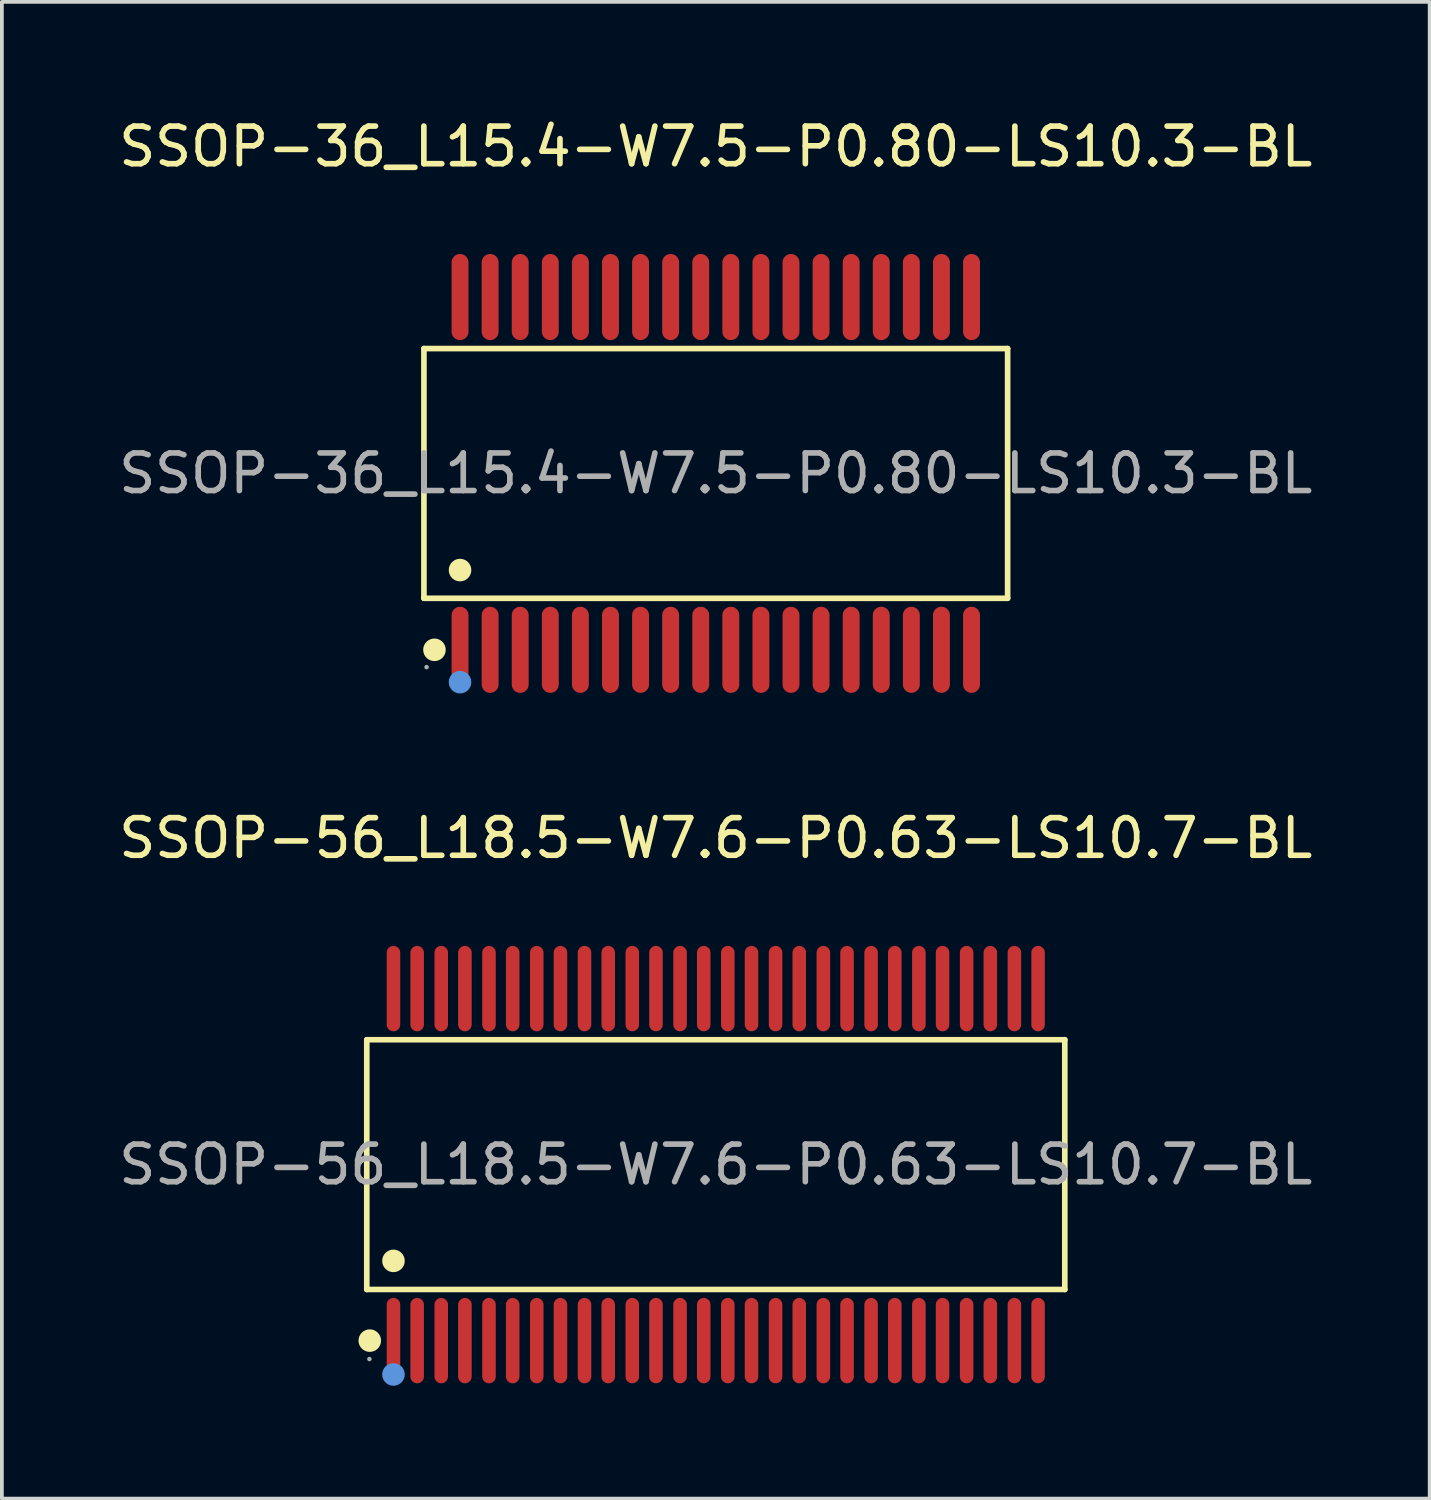
<source format=kicad_pcb>
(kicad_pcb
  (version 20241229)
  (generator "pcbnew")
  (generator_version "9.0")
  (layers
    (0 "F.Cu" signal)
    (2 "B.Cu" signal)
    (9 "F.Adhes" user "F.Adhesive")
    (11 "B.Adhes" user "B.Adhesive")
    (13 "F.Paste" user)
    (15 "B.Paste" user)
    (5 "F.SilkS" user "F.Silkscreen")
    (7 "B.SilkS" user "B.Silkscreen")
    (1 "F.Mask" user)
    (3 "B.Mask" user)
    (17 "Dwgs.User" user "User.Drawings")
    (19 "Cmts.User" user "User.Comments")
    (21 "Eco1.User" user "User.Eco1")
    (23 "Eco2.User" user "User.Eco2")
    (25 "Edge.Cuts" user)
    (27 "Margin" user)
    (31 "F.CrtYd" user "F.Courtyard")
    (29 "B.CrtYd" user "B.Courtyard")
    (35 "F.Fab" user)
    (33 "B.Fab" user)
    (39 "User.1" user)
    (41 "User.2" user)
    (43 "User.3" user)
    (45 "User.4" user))
  (footprint "SSOP-56_L18.5-W7.6-P0.63-LS10.7-BL"
    (layer "F.Cu")
    (at 15.982 27.916)
    (property "Reference" "SSOP-56_L18.5-W7.6-P0.63-LS10.7-BL" (at 0 -8.68 0) (layer "F.SilkS") (effects (font (size 1 1) (thickness 0.15))))
    (attr through_hole)
    (fp_line (start -9.28 -3.32) (end 9.28 -3.32) (stroke (width 0.15) (type solid)) (layer "F.SilkS"))
    (fp_line (start -9.28 3.32) (end -9.28 -3.32) (stroke (width 0.15) (type solid)) (layer "F.SilkS"))
    (fp_line (start 9.28 -3.32) (end 9.28 3.32) (stroke (width 0.15) (type solid)) (layer "F.SilkS"))
    (fp_line (start 9.28 3.32) (end -9.28 3.32) (stroke (width 0.15) (type solid)) (layer "F.SilkS"))
    (fp_circle (center -9.2 4.68) (end -9.05 4.68) (stroke (width 0.3) (type solid)) (fill no) (layer "F.SilkS"))
    (fp_circle (center -8.57 2.56) (end -8.42 2.56) (stroke (width 0.3) (type solid)) (fill no) (layer "F.SilkS"))
    (fp_circle (center -8.57 5.58) (end -8.42 5.58) (stroke (width 0.3) (type solid)) (fill no) (layer "Cmts.User"))
    (fp_circle (center -9.21 5.17) (end -9.18 5.17) (stroke (width 0.06) (type solid)) (fill no) (layer "F.Fab"))
    (fp_text user "${REFERENCE}" (at 0 0 0) (layer "F.Fab") (effects (font (size 1 1) (thickness 0.15))))
    (pad "1" smd oval (at -8.57 4.68) (size 0.36 2.27) (layers "F.Cu" "F.Mask" "F.Paste"))
    (pad "2" smd oval (at -7.94 4.68) (size 0.36 2.27) (layers "F.Cu" "F.Mask" "F.Paste"))
    (pad "3" smd oval (at -7.3 4.68) (size 0.36 2.27) (layers "F.Cu" "F.Mask" "F.Paste"))
    (pad "4" smd oval (at -6.67 4.68) (size 0.36 2.27) (layers "F.Cu" "F.Mask" "F.Paste"))
    (pad "5" smd oval (at -6.03 4.68) (size 0.36 2.27) (layers "F.Cu" "F.Mask" "F.Paste"))
    (pad "6" smd oval (at -5.4 4.68) (size 0.36 2.27) (layers "F.Cu" "F.Mask" "F.Paste"))
    (pad "7" smd oval (at -4.76 4.68) (size 0.36 2.27) (layers "F.Cu" "F.Mask" "F.Paste"))
    (pad "8" smd oval (at -4.13 4.68) (size 0.36 2.27) (layers "F.Cu" "F.Mask" "F.Paste"))
    (pad "9" smd oval (at -3.49 4.68) (size 0.36 2.27) (layers "F.Cu" "F.Mask" "F.Paste"))
    (pad "10" smd oval (at -2.86 4.68) (size 0.36 2.27) (layers "F.Cu" "F.Mask" "F.Paste"))
    (pad "11" smd oval (at -2.22 4.68) (size 0.36 2.27) (layers "F.Cu" "F.Mask" "F.Paste"))
    (pad "12" smd oval (at -1.59 4.68) (size 0.36 2.27) (layers "F.Cu" "F.Mask" "F.Paste"))
    (pad "13" smd oval (at -0.95 4.68) (size 0.36 2.27) (layers "F.Cu" "F.Mask" "F.Paste"))
    (pad "14" smd oval (at -0.32 4.68) (size 0.36 2.27) (layers "F.Cu" "F.Mask" "F.Paste"))
    (pad "15" smd oval (at 0.32 4.68) (size 0.36 2.27) (layers "F.Cu" "F.Mask" "F.Paste"))
    (pad "16" smd oval (at 0.95 4.68) (size 0.36 2.27) (layers "F.Cu" "F.Mask" "F.Paste"))
    (pad "17" smd oval (at 1.59 4.68) (size 0.36 2.27) (layers "F.Cu" "F.Mask" "F.Paste"))
    (pad "18" smd oval (at 2.22 4.68) (size 0.36 2.27) (layers "F.Cu" "F.Mask" "F.Paste"))
    (pad "19" smd oval (at 2.86 4.68) (size 0.36 2.27) (layers "F.Cu" "F.Mask" "F.Paste"))
    (pad "20" smd oval (at 3.49 4.68) (size 0.36 2.27) (layers "F.Cu" "F.Mask" "F.Paste"))
    (pad "21" smd oval (at 4.13 4.68) (size 0.36 2.27) (layers "F.Cu" "F.Mask" "F.Paste"))
    (pad "22" smd oval (at 4.76 4.68) (size 0.36 2.27) (layers "F.Cu" "F.Mask" "F.Paste"))
    (pad "23" smd oval (at 5.4 4.68) (size 0.36 2.27) (layers "F.Cu" "F.Mask" "F.Paste"))
    (pad "24" smd oval (at 6.03 4.68) (size 0.36 2.27) (layers "F.Cu" "F.Mask" "F.Paste"))
    (pad "25" smd oval (at 6.67 4.68) (size 0.36 2.27) (layers "F.Cu" "F.Mask" "F.Paste"))
    (pad "26" smd oval (at 7.3 4.68) (size 0.36 2.27) (layers "F.Cu" "F.Mask" "F.Paste"))
    (pad "27" smd oval (at 7.94 4.68) (size 0.36 2.27) (layers "F.Cu" "F.Mask" "F.Paste"))
    (pad "28" smd oval (at 8.57 4.68) (size 0.36 2.27) (layers "F.Cu" "F.Mask" "F.Paste"))
    (pad "29" smd oval (at 8.57 -4.68) (size 0.36 2.27) (layers "F.Cu" "F.Mask" "F.Paste"))
    (pad "30" smd oval (at 7.94 -4.68) (size 0.36 2.27) (layers "F.Cu" "F.Mask" "F.Paste"))
    (pad "31" smd oval (at 7.3 -4.68) (size 0.36 2.27) (layers "F.Cu" "F.Mask" "F.Paste"))
    (pad "32" smd oval (at 6.67 -4.68) (size 0.36 2.27) (layers "F.Cu" "F.Mask" "F.Paste"))
    (pad "33" smd oval (at 6.03 -4.68) (size 0.36 2.27) (layers "F.Cu" "F.Mask" "F.Paste"))
    (pad "34" smd oval (at 5.4 -4.68) (size 0.36 2.27) (layers "F.Cu" "F.Mask" "F.Paste"))
    (pad "35" smd oval (at 4.76 -4.68) (size 0.36 2.27) (layers "F.Cu" "F.Mask" "F.Paste"))
    (pad "36" smd oval (at 4.13 -4.68) (size 0.36 2.27) (layers "F.Cu" "F.Mask" "F.Paste"))
    (pad "37" smd oval (at 3.49 -4.68) (size 0.36 2.27) (layers "F.Cu" "F.Mask" "F.Paste"))
    (pad "38" smd oval (at 2.86 -4.68) (size 0.36 2.27) (layers "F.Cu" "F.Mask" "F.Paste"))
    (pad "39" smd oval (at 2.22 -4.68) (size 0.36 2.27) (layers "F.Cu" "F.Mask" "F.Paste"))
    (pad "40" smd oval (at 1.59 -4.68) (size 0.36 2.27) (layers "F.Cu" "F.Mask" "F.Paste"))
    (pad "41" smd oval (at 0.95 -4.68) (size 0.36 2.27) (layers "F.Cu" "F.Mask" "F.Paste"))
    (pad "42" smd oval (at 0.32 -4.68) (size 0.36 2.27) (layers "F.Cu" "F.Mask" "F.Paste"))
    (pad "43" smd oval (at -0.32 -4.68) (size 0.36 2.27) (layers "F.Cu" "F.Mask" "F.Paste"))
    (pad "44" smd oval (at -0.95 -4.68) (size 0.36 2.27) (layers "F.Cu" "F.Mask" "F.Paste"))
    (pad "45" smd oval (at -1.59 -4.68) (size 0.36 2.27) (layers "F.Cu" "F.Mask" "F.Paste"))
    (pad "46" smd oval (at -2.22 -4.68) (size 0.36 2.27) (layers "F.Cu" "F.Mask" "F.Paste"))
    (pad "47" smd oval (at -2.86 -4.68) (size 0.36 2.27) (layers "F.Cu" "F.Mask" "F.Paste"))
    (pad "48" smd oval (at -3.49 -4.68) (size 0.36 2.27) (layers "F.Cu" "F.Mask" "F.Paste"))
    (pad "49" smd oval (at -4.13 -4.68) (size 0.36 2.27) (layers "F.Cu" "F.Mask" "F.Paste"))
    (pad "50" smd oval (at -4.76 -4.68) (size 0.36 2.27) (layers "F.Cu" "F.Mask" "F.Paste"))
    (pad "51" smd oval (at -5.4 -4.68) (size 0.36 2.27) (layers "F.Cu" "F.Mask" "F.Paste"))
    (pad "52" smd oval (at -6.03 -4.68) (size 0.36 2.27) (layers "F.Cu" "F.Mask" "F.Paste"))
    (pad "53" smd oval (at -6.67 -4.68) (size 0.36 2.27) (layers "F.Cu" "F.Mask" "F.Paste"))
    (pad "54" smd oval (at -7.3 -4.68) (size 0.36 2.27) (layers "F.Cu" "F.Mask" "F.Paste"))
    (pad "55" smd oval (at -7.94 -4.68) (size 0.36 2.27) (layers "F.Cu" "F.Mask" "F.Paste"))
    (pad "56" smd oval (at -8.57 -4.68) (size 0.36 2.27) (layers "F.Cu" "F.Mask" "F.Paste")))
  (footprint "SSOP-36_L15.4-W7.5-P0.80-LS10.3-BL"
    (layer "F.Cu")
    (at 15.982 9.538)
    (property "Reference" "SSOP-36_L15.4-W7.5-P0.80-LS10.3-BL" (at 0 -8.69 0) (layer "F.SilkS") (effects (font (size 1 1) (thickness 0.15))))
    (attr through_hole)
    (fp_line (start -7.76 -3.32) (end 7.76 -3.32) (stroke (width 0.15) (type solid)) (layer "F.SilkS"))
    (fp_line (start -7.76 3.32) (end -7.76 -3.32) (stroke (width 0.15) (type solid)) (layer "F.SilkS"))
    (fp_line (start 7.76 -3.32) (end 7.76 3.32) (stroke (width 0.15) (type solid)) (layer "F.SilkS"))
    (fp_line (start 7.76 3.32) (end -7.76 3.32) (stroke (width 0.15) (type solid)) (layer "F.SilkS"))
    (fp_circle (center -7.48 4.69) (end -7.33 4.69) (stroke (width 0.3) (type solid)) (fill no) (layer "F.SilkS"))
    (fp_circle (center -6.8 2.57) (end -6.65 2.57) (stroke (width 0.3) (type solid)) (fill no) (layer "F.SilkS"))
    (fp_circle (center -6.8 5.55) (end -6.65 5.55) (stroke (width 0.3) (type solid)) (fill no) (layer "Cmts.User"))
    (fp_circle (center -7.69 5.15) (end -7.66 5.15) (stroke (width 0.06) (type solid)) (fill no) (layer "F.Fab"))
    (fp_text user "${REFERENCE}" (at 0 0 0) (layer "F.Fab") (effects (font (size 1 1) (thickness 0.15))))
    (pad "1" smd oval (at -6.8 4.69) (size 0.45 2.29) (layers "F.Cu" "F.Mask" "F.Paste"))
    (pad "2" smd oval (at -6 4.69) (size 0.45 2.29) (layers "F.Cu" "F.Mask" "F.Paste"))
    (pad "3" smd oval (at -5.2 4.69) (size 0.45 2.29) (layers "F.Cu" "F.Mask" "F.Paste"))
    (pad "4" smd oval (at -4.4 4.69) (size 0.45 2.29) (layers "F.Cu" "F.Mask" "F.Paste"))
    (pad "5" smd oval (at -3.6 4.69) (size 0.45 2.29) (layers "F.Cu" "F.Mask" "F.Paste"))
    (pad "6" smd oval (at -2.8 4.69) (size 0.45 2.29) (layers "F.Cu" "F.Mask" "F.Paste"))
    (pad "7" smd oval (at -2 4.69) (size 0.45 2.29) (layers "F.Cu" "F.Mask" "F.Paste"))
    (pad "8" smd oval (at -1.2 4.69) (size 0.45 2.29) (layers "F.Cu" "F.Mask" "F.Paste"))
    (pad "9" smd oval (at -0.4 4.69) (size 0.45 2.29) (layers "F.Cu" "F.Mask" "F.Paste"))
    (pad "10" smd oval (at 0.4 4.69) (size 0.45 2.29) (layers "F.Cu" "F.Mask" "F.Paste"))
    (pad "11" smd oval (at 1.2 4.69) (size 0.45 2.29) (layers "F.Cu" "F.Mask" "F.Paste"))
    (pad "12" smd oval (at 2 4.69) (size 0.45 2.29) (layers "F.Cu" "F.Mask" "F.Paste"))
    (pad "13" smd oval (at 2.8 4.69) (size 0.45 2.29) (layers "F.Cu" "F.Mask" "F.Paste"))
    (pad "14" smd oval (at 3.6 4.69) (size 0.45 2.29) (layers "F.Cu" "F.Mask" "F.Paste"))
    (pad "15" smd oval (at 4.4 4.69) (size 0.45 2.29) (layers "F.Cu" "F.Mask" "F.Paste"))
    (pad "16" smd oval (at 5.2 4.69) (size 0.45 2.29) (layers "F.Cu" "F.Mask" "F.Paste"))
    (pad "17" smd oval (at 6 4.69) (size 0.45 2.29) (layers "F.Cu" "F.Mask" "F.Paste"))
    (pad "18" smd oval (at 6.8 4.69) (size 0.45 2.29) (layers "F.Cu" "F.Mask" "F.Paste"))
    (pad "19" smd oval (at 6.8 -4.69) (size 0.45 2.29) (layers "F.Cu" "F.Mask" "F.Paste"))
    (pad "20" smd oval (at 6 -4.69) (size 0.45 2.29) (layers "F.Cu" "F.Mask" "F.Paste"))
    (pad "21" smd oval (at 5.2 -4.69) (size 0.45 2.29) (layers "F.Cu" "F.Mask" "F.Paste"))
    (pad "22" smd oval (at 4.4 -4.69) (size 0.45 2.29) (layers "F.Cu" "F.Mask" "F.Paste"))
    (pad "23" smd oval (at 3.6 -4.69) (size 0.45 2.29) (layers "F.Cu" "F.Mask" "F.Paste"))
    (pad "24" smd oval (at 2.8 -4.69) (size 0.45 2.29) (layers "F.Cu" "F.Mask" "F.Paste"))
    (pad "25" smd oval (at 2 -4.69) (size 0.45 2.29) (layers "F.Cu" "F.Mask" "F.Paste"))
    (pad "26" smd oval (at 1.2 -4.69) (size 0.45 2.29) (layers "F.Cu" "F.Mask" "F.Paste"))
    (pad "27" smd oval (at 0.4 -4.69) (size 0.45 2.29) (layers "F.Cu" "F.Mask" "F.Paste"))
    (pad "28" smd oval (at -0.4 -4.69) (size 0.45 2.29) (layers "F.Cu" "F.Mask" "F.Paste"))
    (pad "29" smd oval (at -1.2 -4.69) (size 0.45 2.29) (layers "F.Cu" "F.Mask" "F.Paste"))
    (pad "30" smd oval (at -2 -4.69) (size 0.45 2.29) (layers "F.Cu" "F.Mask" "F.Paste"))
    (pad "31" smd oval (at -2.8 -4.69) (size 0.45 2.29) (layers "F.Cu" "F.Mask" "F.Paste"))
    (pad "32" smd oval (at -3.6 -4.69) (size 0.45 2.29) (layers "F.Cu" "F.Mask" "F.Paste"))
    (pad "33" smd oval (at -4.4 -4.69) (size 0.45 2.29) (layers "F.Cu" "F.Mask" "F.Paste"))
    (pad "34" smd oval (at -5.2 -4.69) (size 0.45 2.29) (layers "F.Cu" "F.Mask" "F.Paste"))
    (pad "35" smd oval (at -6 -4.69) (size 0.45 2.29) (layers "F.Cu" "F.Mask" "F.Paste"))
    (pad "36" smd oval (at -6.8 -4.69) (size 0.45 2.29) (layers "F.Cu" "F.Mask" "F.Paste")))
  (gr_rect
    (start -3 -3)
    (end 34.964 36.797)
    (stroke (width 0.1) (type default))
    (fill no)
    (layer "Edge.Cuts")))
</source>
